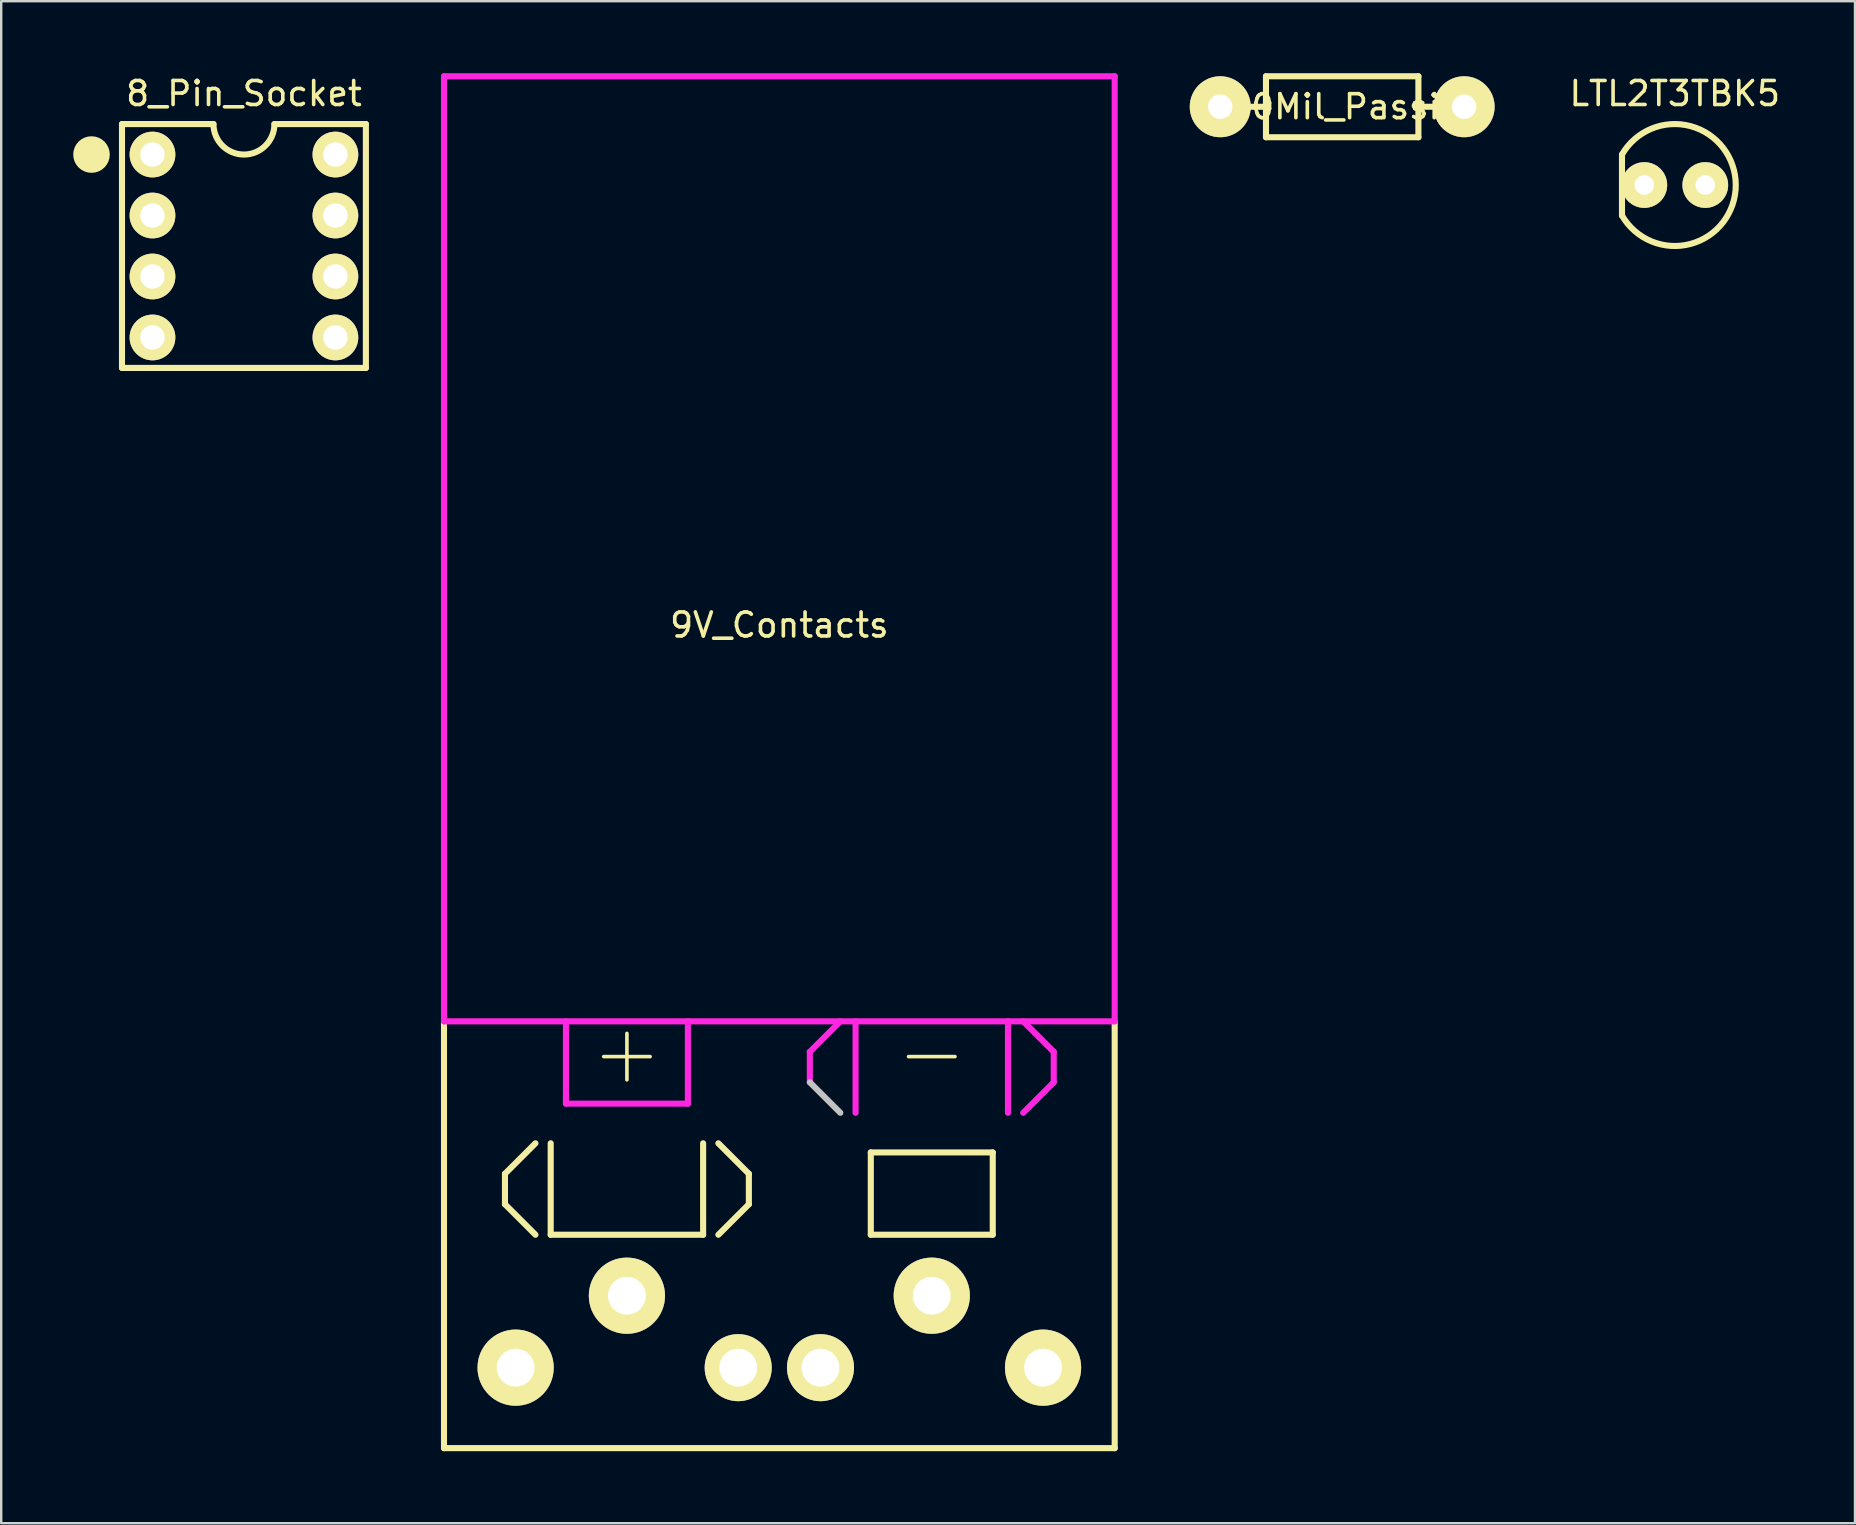
<source format=kicad_pcb>
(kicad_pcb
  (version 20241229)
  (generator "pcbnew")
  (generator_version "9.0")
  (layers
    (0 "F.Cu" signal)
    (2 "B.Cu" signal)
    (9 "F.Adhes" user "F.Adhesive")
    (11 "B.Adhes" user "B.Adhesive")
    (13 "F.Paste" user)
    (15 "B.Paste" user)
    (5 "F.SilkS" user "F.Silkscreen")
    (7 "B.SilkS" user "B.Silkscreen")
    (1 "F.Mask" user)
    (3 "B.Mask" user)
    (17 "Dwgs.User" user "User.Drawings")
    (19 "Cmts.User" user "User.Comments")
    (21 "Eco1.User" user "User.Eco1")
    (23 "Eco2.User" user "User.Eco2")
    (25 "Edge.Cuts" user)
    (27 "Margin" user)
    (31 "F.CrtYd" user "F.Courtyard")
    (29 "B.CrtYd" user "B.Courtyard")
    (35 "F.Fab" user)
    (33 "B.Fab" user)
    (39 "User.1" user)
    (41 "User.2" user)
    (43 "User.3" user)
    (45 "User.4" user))
  (footprint "9V_Contacts"
    (layer "F.Cu")
    (at 29.416 50.927)
    (property "Reference" "9V_Contacts" (at 0 -27.94 0) (layer "F.SilkS") (effects (font (size 1 1) (thickness 0.15))))
    (attr through_hole)
    (fp_line (start -13.97 -11.43) (end -13.97 6.35) (stroke (width 0.254) (type solid)) (layer "F.SilkS"))
    (fp_line (start -13.97 6.35) (end 13.97 6.35) (stroke (width 0.254) (type solid)) (layer "F.SilkS"))
    (fp_line (start -11.43 -5.08) (end -11.43 -3.81) (stroke (width 0.254) (type solid)) (layer "F.SilkS"))
    (fp_line (start -11.43 -3.81) (end -10.16 -2.54) (stroke (width 0.254) (type solid)) (layer "F.SilkS"))
    (fp_line (start -10.16 -6.35) (end -11.43 -5.08) (stroke (width 0.254) (type solid)) (layer "F.SilkS"))
    (fp_line (start -9.525 -6.35) (end -9.525 -2.54) (stroke (width 0.254) (type solid)) (layer "F.SilkS"))
    (fp_line (start -9.525 -2.54) (end -3.175 -2.54) (stroke (width 0.254) (type solid)) (layer "F.SilkS"))
    (fp_line (start -3.175 -2.54) (end -3.175 -6.35) (stroke (width 0.254) (type solid)) (layer "F.SilkS"))
    (fp_line (start -2.54 -6.35) (end -1.27 -5.08) (stroke (width 0.254) (type solid)) (layer "F.SilkS"))
    (fp_line (start -1.27 -5.08) (end -1.27 -3.81) (stroke (width 0.254) (type solid)) (layer "F.SilkS"))
    (fp_line (start -1.27 -3.81) (end -2.54 -2.54) (stroke (width 0.254) (type solid)) (layer "F.SilkS"))
    (fp_line (start 3.81 -5.969) (end 8.89 -5.969) (stroke (width 0.254) (type solid)) (layer "F.SilkS"))
    (fp_line (start 3.81 -2.54) (end 3.81 -5.969) (stroke (width 0.254) (type solid)) (layer "F.SilkS"))
    (fp_line (start 8.89 -5.969) (end 8.89 -2.54) (stroke (width 0.254) (type solid)) (layer "F.SilkS"))
    (fp_line (start 8.89 -2.54) (end 3.81 -2.54) (stroke (width 0.254) (type solid)) (layer "F.SilkS"))
    (fp_line (start 13.97 -11.43) (end 13.97 6.35) (stroke (width 0.254) (type solid)) (layer "F.SilkS"))
    (fp_line (start 1.27 -8.89) (end 2.54 -7.62) (stroke (width 0.254) (type solid)) (layer "Dwgs.User"))
    (fp_line (start -13.97 -50.8) (end -13.97 -11.43) (stroke (width 0.254) (type solid)) (layer "F.CrtYd"))
    (fp_line (start -13.97 -11.43) (end 13.97 -11.43) (stroke (width 0.254) (type solid)) (layer "F.CrtYd"))
    (fp_line (start -8.89 -8.001) (end -8.89 -11.43) (stroke (width 0.254) (type solid)) (layer "F.CrtYd"))
    (fp_line (start -3.81 -11.43) (end -3.81 -8.001) (stroke (width 0.254) (type solid)) (layer "F.CrtYd"))
    (fp_line (start -3.81 -8.001) (end -8.89 -8.001) (stroke (width 0.254) (type solid)) (layer "F.CrtYd"))
    (fp_line (start 1.27 -10.16) (end 1.27 -8.89) (stroke (width 0.254) (type solid)) (layer "F.CrtYd"))
    (fp_line (start 1.27 -10.16) (end 2.54 -11.43) (stroke (width 0.254) (type solid)) (layer "F.CrtYd"))
    (fp_line (start 3.175 -7.62) (end 3.175 -11.43) (stroke (width 0.254) (type solid)) (layer "F.CrtYd"))
    (fp_line (start 9.525 -11.43) (end 9.525 -7.62) (stroke (width 0.254) (type solid)) (layer "F.CrtYd"))
    (fp_line (start 10.16 -11.43) (end 11.43 -10.16) (stroke (width 0.254) (type solid)) (layer "F.CrtYd"))
    (fp_line (start 11.43 -10.16) (end 11.43 -8.89) (stroke (width 0.254) (type solid)) (layer "F.CrtYd"))
    (fp_line (start 11.43 -8.89) (end 10.16 -7.62) (stroke (width 0.254) (type solid)) (layer "F.CrtYd"))
    (fp_line (start 13.97 -50.8) (end -13.97 -50.8) (stroke (width 0.254) (type solid)) (layer "F.CrtYd"))
    (fp_line (start 13.97 -11.43) (end 13.97 -50.8) (stroke (width 0.254) (type solid)) (layer "F.CrtYd"))
    (fp_text user "-" (at 6.35 -10.16 0) (layer "F.SilkS") (effects (font (size 2.54 2.54) (thickness 0.15))))
    (fp_text user "+" (at -6.35 -10.16 0) (layer "F.SilkS") (effects (font (size 2.54 2.54) (thickness 0.15))))
    (pad "1" thru_hole circle (at -10.986 2.997) (size 3.175 3.175) (drill 1.575) (layers "*.Cu" "*.Mask" "F.SilkS"))
    (pad "1" thru_hole circle (at -6.35 0) (size 3.175 3.175) (drill 1.575) (layers "*.Cu" "*.Mask" "F.SilkS"))
    (pad "1" thru_hole circle (at -1.714 2.997) (size 2.794 2.794) (drill 1.575) (layers "*.Cu" "*.Mask" "F.SilkS"))
    (pad "2" thru_hole circle (at 1.714 2.997) (size 2.794 2.794) (drill 1.575) (layers "*.Cu" "*.Mask" "F.SilkS"))
    (pad "2" thru_hole circle (at 6.35 0) (size 3.175 3.175) (drill 1.575) (layers "*.Cu" "*.Mask" "F.SilkS"))
    (pad "2" thru_hole circle (at 10.986 2.997) (size 3.175 3.175) (drill 1.575) (layers "*.Cu" "*.Mask" "F.SilkS")))
  (footprint "400Mil_Passive"
    (layer "F.Cu")
    (at 52.863 1.397)
    (property "Reference" "400Mil_Passive" (at 0 0 0) (layer "F.SilkS") (effects (font (size 1 1) (thickness 0.15))))
    (attr through_hole)
    (fp_line (start -3.175 -1.27) (end -3.175 1.27) (stroke (width 0.254) (type solid)) (layer "F.SilkS"))
    (fp_line (start -3.175 0) (end -3.81 0) (stroke (width 0.254) (type solid)) (layer "F.SilkS"))
    (fp_line (start -3.175 1.27) (end 3.175 1.27) (stroke (width 0.254) (type solid)) (layer "F.SilkS"))
    (fp_line (start 3.175 -1.27) (end -3.175 -1.27) (stroke (width 0.254) (type solid)) (layer "F.SilkS"))
    (fp_line (start 3.175 0) (end 3.81 0) (stroke (width 0.254) (type solid)) (layer "F.SilkS"))
    (fp_line (start 3.175 1.27) (end 3.175 -1.27) (stroke (width 0.254) (type solid)) (layer "F.SilkS"))
    (pad "1" thru_hole circle (at -5.08 0) (size 2.54 2.54) (drill 1.016) (layers "*.Cu" "*.Mask" "F.SilkS"))
    (pad "2" thru_hole circle (at 5.08 0) (size 2.54 2.54) (drill 1.016) (layers "*.Cu" "*.Mask" "F.SilkS")))
  (footprint "LTL2T3TBK5"
    (layer "F.Cu")
    (at 66.719 4.658)
    (property "Reference" "LTL2T3TBK5" (at 0 -3.81 0) (layer "F.SilkS") (effects (font (size 1 1) (thickness 0.15))))
    (attr through_hole)
    (fp_line (start -2.2 1.27) (end -2.2 -1.27) (stroke (width 0.254) (type solid)) (layer "F.SilkS"))
    (fp_arc (start -2.19964 -1.27) (mid 2.539944 0.000032) (end -2.199672 1.269944) (stroke (width 0.254) (type solid)) (layer "F.SilkS"))
    (pad "1" thru_hole circle (at -1.27 0) (size 1.905 1.905) (drill 0.813) (layers "*.Cu" "*.Mask" "F.SilkS"))
    (pad "2" thru_hole circle (at 1.27 0) (size 1.905 1.905) (drill 0.813) (layers "*.Cu" "*.Mask" "F.SilkS")))
  (footprint "8_Pin_Socket"
    (layer "F.Cu")
    (at 7.112 7.198)
    (property "Reference" "8_Pin_Socket" (at 0 -6.35 0) (layer "F.SilkS") (effects (font (size 1 1) (thickness 0.15))))
    (attr through_hole)
    (fp_line (start -5.08 -5.08) (end -5.08 5.08) (stroke (width 0.254) (type solid)) (layer "F.SilkS"))
    (fp_line (start -5.08 -5.08) (end -1.27 -5.08) (stroke (width 0.254) (type solid)) (layer "F.SilkS"))
    (fp_line (start -5.08 5.08) (end 5.08 5.08) (stroke (width 0.254) (type solid)) (layer "F.SilkS"))
    (fp_line (start 1.27 -5.08) (end 5.08 -5.08) (stroke (width 0.254) (type solid)) (layer "F.SilkS"))
    (fp_line (start 5.08 5.08) (end 5.08 -5.08) (stroke (width 0.254) (type solid)) (layer "F.SilkS"))
    (fp_arc (start 1.27 -5.08) (mid 0 -3.81) (end -1.27 -5.08) (stroke (width 0.254) (type solid)) (layer "F.SilkS"))
    (fp_circle (center -6.35 -3.81) (end -6.731 -3.81) (stroke (width 0.762) (type solid)) (fill no) (layer "F.SilkS"))
    (pad "1" thru_hole circle (at -3.81 -3.81) (size 1.905 1.905) (drill 1.016) (layers "*.Cu" "*.Mask" "F.SilkS"))
    (pad "2" thru_hole circle (at -3.81 -1.27) (size 1.905 1.905) (drill 1.016) (layers "*.Cu" "*.Mask" "F.SilkS"))
    (pad "3" thru_hole circle (at -3.81 1.27) (size 1.905 1.905) (drill 1.016) (layers "*.Cu" "*.Mask" "F.SilkS"))
    (pad "4" thru_hole circle (at -3.81 3.81) (size 1.905 1.905) (drill 1.016) (layers "*.Cu" "*.Mask" "F.SilkS"))
    (pad "5" thru_hole circle (at 3.81 3.81) (size 1.905 1.905) (drill 1.016) (layers "*.Cu" "*.Mask" "F.SilkS"))
    (pad "6" thru_hole circle (at 3.81 1.27) (size 1.905 1.905) (drill 1.016) (layers "*.Cu" "*.Mask" "F.SilkS"))
    (pad "7" thru_hole circle (at 3.81 -1.27) (size 1.905 1.905) (drill 1.016) (layers "*.Cu" "*.Mask" "F.SilkS"))
    (pad "8" thru_hole circle (at 3.81 -3.81) (size 1.905 1.905) (drill 1.016) (layers "*.Cu" "*.Mask" "F.SilkS")))
  (gr_rect
    (start -3 -3)
    (end 74.225 60.404)
    (stroke (width 0.1) (type default))
    (fill no)
    (layer "Edge.Cuts")))
</source>
